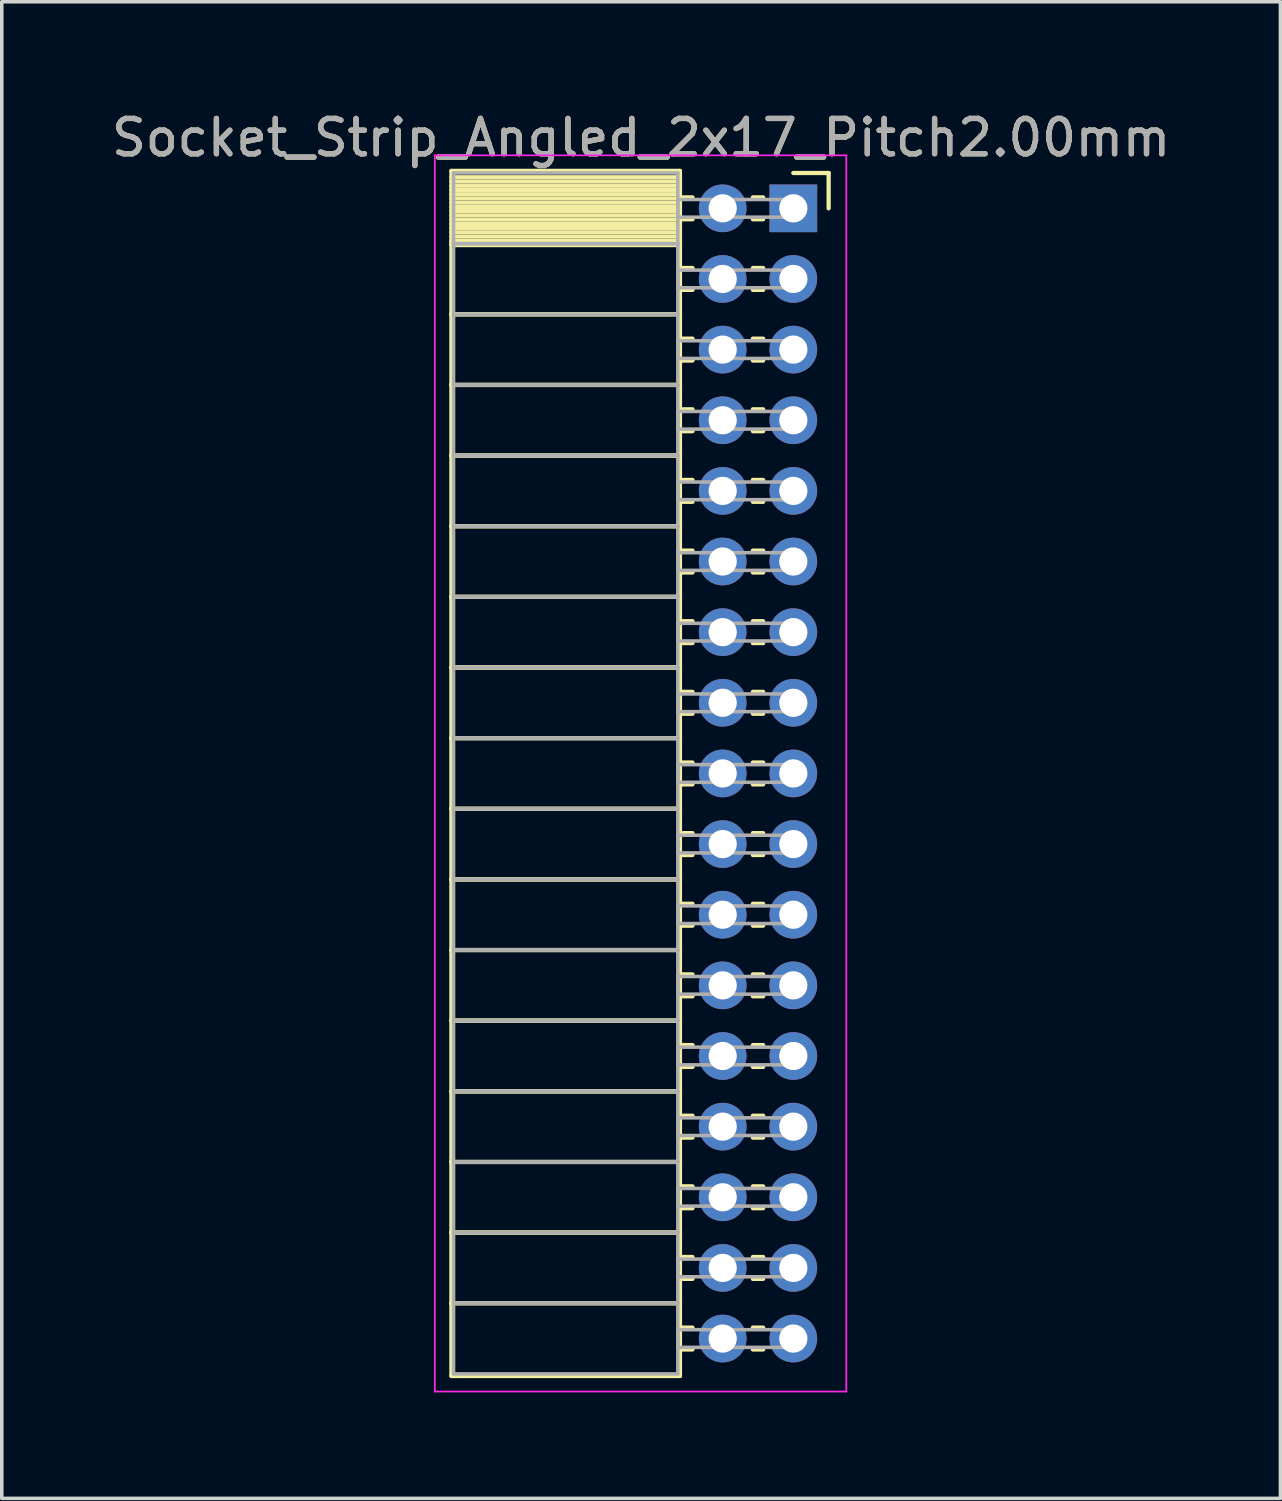
<source format=kicad_pcb>
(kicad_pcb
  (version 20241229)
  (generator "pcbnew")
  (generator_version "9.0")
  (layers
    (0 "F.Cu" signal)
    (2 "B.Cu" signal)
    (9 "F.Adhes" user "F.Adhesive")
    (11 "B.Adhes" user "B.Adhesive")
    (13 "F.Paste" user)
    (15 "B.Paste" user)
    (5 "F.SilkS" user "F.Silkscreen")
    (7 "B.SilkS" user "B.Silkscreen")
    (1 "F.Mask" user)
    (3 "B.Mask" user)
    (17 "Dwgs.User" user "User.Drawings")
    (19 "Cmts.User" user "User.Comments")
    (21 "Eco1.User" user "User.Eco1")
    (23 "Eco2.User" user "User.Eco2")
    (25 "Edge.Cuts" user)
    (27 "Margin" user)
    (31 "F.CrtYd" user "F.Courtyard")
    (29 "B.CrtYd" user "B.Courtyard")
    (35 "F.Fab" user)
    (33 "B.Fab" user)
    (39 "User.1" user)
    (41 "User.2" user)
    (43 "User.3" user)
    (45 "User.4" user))
  (footprint "Socket_Strip_Angled_2x17_Pitch2.00mm"
    (layer "F.Cu")
    (at 19.411 2.848)
    (property "Reference" "Socket_Strip_Angled_2x17_Pitch2.00mm" (at -4.31 -2 0) (layer "F.SilkS") (effects (font (size 1 1) (thickness 0.15))))
    (attr through_hole)
    (fp_line (start -9.68 -1.06) (end -3.21 -1.06) (stroke (width 0.12) (type solid)) (layer "F.SilkS"))
    (fp_line (start -9.68 1) (end -9.68 -1.06) (stroke (width 0.12) (type solid)) (layer "F.SilkS"))
    (fp_line (start -9.68 1) (end -3.21 1) (stroke (width 0.12) (type solid)) (layer "F.SilkS"))
    (fp_line (start -9.68 3) (end -9.68 1) (stroke (width 0.12) (type solid)) (layer "F.SilkS"))
    (fp_line (start -9.68 3) (end -3.21 3) (stroke (width 0.12) (type solid)) (layer "F.SilkS"))
    (fp_line (start -9.68 5) (end -9.68 3) (stroke (width 0.12) (type solid)) (layer "F.SilkS"))
    (fp_line (start -9.68 5) (end -3.21 5) (stroke (width 0.12) (type solid)) (layer "F.SilkS"))
    (fp_line (start -9.68 7) (end -9.68 5) (stroke (width 0.12) (type solid)) (layer "F.SilkS"))
    (fp_line (start -9.68 7) (end -3.21 7) (stroke (width 0.12) (type solid)) (layer "F.SilkS"))
    (fp_line (start -9.68 9) (end -9.68 7) (stroke (width 0.12) (type solid)) (layer "F.SilkS"))
    (fp_line (start -9.68 9) (end -3.21 9) (stroke (width 0.12) (type solid)) (layer "F.SilkS"))
    (fp_line (start -9.68 11) (end -9.68 9) (stroke (width 0.12) (type solid)) (layer "F.SilkS"))
    (fp_line (start -9.68 11) (end -3.21 11) (stroke (width 0.12) (type solid)) (layer "F.SilkS"))
    (fp_line (start -9.68 13) (end -9.68 11) (stroke (width 0.12) (type solid)) (layer "F.SilkS"))
    (fp_line (start -9.68 13) (end -3.21 13) (stroke (width 0.12) (type solid)) (layer "F.SilkS"))
    (fp_line (start -9.68 15) (end -9.68 13) (stroke (width 0.12) (type solid)) (layer "F.SilkS"))
    (fp_line (start -9.68 15) (end -3.21 15) (stroke (width 0.12) (type solid)) (layer "F.SilkS"))
    (fp_line (start -9.68 17) (end -9.68 15) (stroke (width 0.12) (type solid)) (layer "F.SilkS"))
    (fp_line (start -9.68 17) (end -3.21 17) (stroke (width 0.12) (type solid)) (layer "F.SilkS"))
    (fp_line (start -9.68 19) (end -9.68 17) (stroke (width 0.12) (type solid)) (layer "F.SilkS"))
    (fp_line (start -9.68 19) (end -3.21 19) (stroke (width 0.12) (type solid)) (layer "F.SilkS"))
    (fp_line (start -9.68 21) (end -9.68 19) (stroke (width 0.12) (type solid)) (layer "F.SilkS"))
    (fp_line (start -9.68 21) (end -3.21 21) (stroke (width 0.12) (type solid)) (layer "F.SilkS"))
    (fp_line (start -9.68 23) (end -9.68 21) (stroke (width 0.12) (type solid)) (layer "F.SilkS"))
    (fp_line (start -9.68 23) (end -3.21 23) (stroke (width 0.12) (type solid)) (layer "F.SilkS"))
    (fp_line (start -9.68 25) (end -9.68 23) (stroke (width 0.12) (type solid)) (layer "F.SilkS"))
    (fp_line (start -9.68 25) (end -3.21 25) (stroke (width 0.12) (type solid)) (layer "F.SilkS"))
    (fp_line (start -9.68 27) (end -9.68 25) (stroke (width 0.12) (type solid)) (layer "F.SilkS"))
    (fp_line (start -9.68 27) (end -3.21 27) (stroke (width 0.12) (type solid)) (layer "F.SilkS"))
    (fp_line (start -9.68 29) (end -9.68 27) (stroke (width 0.12) (type solid)) (layer "F.SilkS"))
    (fp_line (start -9.68 29) (end -3.21 29) (stroke (width 0.12) (type solid)) (layer "F.SilkS"))
    (fp_line (start -9.68 31) (end -9.68 29) (stroke (width 0.12) (type solid)) (layer "F.SilkS"))
    (fp_line (start -9.68 31) (end -3.21 31) (stroke (width 0.12) (type solid)) (layer "F.SilkS"))
    (fp_line (start -9.68 33.06) (end -9.68 31) (stroke (width 0.12) (type solid)) (layer "F.SilkS"))
    (fp_line (start -3.21 -1.06) (end -3.21 1) (stroke (width 0.12) (type solid)) (layer "F.SilkS"))
    (fp_line (start -3.21 -0.88) (end -9.68 -0.88) (stroke (width 0.12) (type solid)) (layer "F.SilkS"))
    (fp_line (start -3.21 -0.76) (end -9.68 -0.76) (stroke (width 0.12) (type solid)) (layer "F.SilkS"))
    (fp_line (start -3.21 -0.64) (end -9.68 -0.64) (stroke (width 0.12) (type solid)) (layer "F.SilkS"))
    (fp_line (start -3.21 -0.52) (end -9.68 -0.52) (stroke (width 0.12) (type solid)) (layer "F.SilkS"))
    (fp_line (start -3.21 -0.4) (end -9.68 -0.4) (stroke (width 0.12) (type solid)) (layer "F.SilkS"))
    (fp_line (start -3.21 -0.28) (end -9.68 -0.28) (stroke (width 0.12) (type solid)) (layer "F.SilkS"))
    (fp_line (start -3.21 -0.16) (end -9.68 -0.16) (stroke (width 0.12) (type solid)) (layer "F.SilkS"))
    (fp_line (start -3.21 -0.04) (end -9.68 -0.04) (stroke (width 0.12) (type solid)) (layer "F.SilkS"))
    (fp_line (start -3.21 0.08) (end -9.68 0.08) (stroke (width 0.12) (type solid)) (layer "F.SilkS"))
    (fp_line (start -3.21 0.2) (end -9.68 0.2) (stroke (width 0.12) (type solid)) (layer "F.SilkS"))
    (fp_line (start -3.21 0.32) (end -9.68 0.32) (stroke (width 0.12) (type solid)) (layer "F.SilkS"))
    (fp_line (start -3.21 0.44) (end -9.68 0.44) (stroke (width 0.12) (type solid)) (layer "F.SilkS"))
    (fp_line (start -3.21 0.56) (end -9.68 0.56) (stroke (width 0.12) (type solid)) (layer "F.SilkS"))
    (fp_line (start -3.21 0.68) (end -9.68 0.68) (stroke (width 0.12) (type solid)) (layer "F.SilkS"))
    (fp_line (start -3.21 0.8) (end -9.68 0.8) (stroke (width 0.12) (type solid)) (layer "F.SilkS"))
    (fp_line (start -3.21 0.92) (end -9.68 0.92) (stroke (width 0.12) (type solid)) (layer "F.SilkS"))
    (fp_line (start -3.21 1) (end -9.68 1) (stroke (width 0.12) (type solid)) (layer "F.SilkS"))
    (fp_line (start -3.21 1) (end -3.21 3) (stroke (width 0.12) (type solid)) (layer "F.SilkS"))
    (fp_line (start -3.21 1.04) (end -9.68 1.04) (stroke (width 0.12) (type solid)) (layer "F.SilkS"))
    (fp_line (start -3.21 3) (end -9.68 3) (stroke (width 0.12) (type solid)) (layer "F.SilkS"))
    (fp_line (start -3.21 3) (end -3.21 5) (stroke (width 0.12) (type solid)) (layer "F.SilkS"))
    (fp_line (start -3.21 5) (end -9.68 5) (stroke (width 0.12) (type solid)) (layer "F.SilkS"))
    (fp_line (start -3.21 5) (end -3.21 7) (stroke (width 0.12) (type solid)) (layer "F.SilkS"))
    (fp_line (start -3.21 7) (end -9.68 7) (stroke (width 0.12) (type solid)) (layer "F.SilkS"))
    (fp_line (start -3.21 7) (end -3.21 9) (stroke (width 0.12) (type solid)) (layer "F.SilkS"))
    (fp_line (start -3.21 9) (end -9.68 9) (stroke (width 0.12) (type solid)) (layer "F.SilkS"))
    (fp_line (start -3.21 9) (end -3.21 11) (stroke (width 0.12) (type solid)) (layer "F.SilkS"))
    (fp_line (start -3.21 11) (end -9.68 11) (stroke (width 0.12) (type solid)) (layer "F.SilkS"))
    (fp_line (start -3.21 11) (end -3.21 13) (stroke (width 0.12) (type solid)) (layer "F.SilkS"))
    (fp_line (start -3.21 13) (end -9.68 13) (stroke (width 0.12) (type solid)) (layer "F.SilkS"))
    (fp_line (start -3.21 13) (end -3.21 15) (stroke (width 0.12) (type solid)) (layer "F.SilkS"))
    (fp_line (start -3.21 15) (end -9.68 15) (stroke (width 0.12) (type solid)) (layer "F.SilkS"))
    (fp_line (start -3.21 15) (end -3.21 17) (stroke (width 0.12) (type solid)) (layer "F.SilkS"))
    (fp_line (start -3.21 17) (end -9.68 17) (stroke (width 0.12) (type solid)) (layer "F.SilkS"))
    (fp_line (start -3.21 17) (end -3.21 19) (stroke (width 0.12) (type solid)) (layer "F.SilkS"))
    (fp_line (start -3.21 19) (end -9.68 19) (stroke (width 0.12) (type solid)) (layer "F.SilkS"))
    (fp_line (start -3.21 19) (end -3.21 21) (stroke (width 0.12) (type solid)) (layer "F.SilkS"))
    (fp_line (start -3.21 21) (end -9.68 21) (stroke (width 0.12) (type solid)) (layer "F.SilkS"))
    (fp_line (start -3.21 21) (end -3.21 23) (stroke (width 0.12) (type solid)) (layer "F.SilkS"))
    (fp_line (start -3.21 23) (end -9.68 23) (stroke (width 0.12) (type solid)) (layer "F.SilkS"))
    (fp_line (start -3.21 23) (end -3.21 25) (stroke (width 0.12) (type solid)) (layer "F.SilkS"))
    (fp_line (start -3.21 25) (end -9.68 25) (stroke (width 0.12) (type solid)) (layer "F.SilkS"))
    (fp_line (start -3.21 25) (end -3.21 27) (stroke (width 0.12) (type solid)) (layer "F.SilkS"))
    (fp_line (start -3.21 27) (end -9.68 27) (stroke (width 0.12) (type solid)) (layer "F.SilkS"))
    (fp_line (start -3.21 27) (end -3.21 29) (stroke (width 0.12) (type solid)) (layer "F.SilkS"))
    (fp_line (start -3.21 29) (end -9.68 29) (stroke (width 0.12) (type solid)) (layer "F.SilkS"))
    (fp_line (start -3.21 29) (end -3.21 31) (stroke (width 0.12) (type solid)) (layer "F.SilkS"))
    (fp_line (start -3.21 31) (end -9.68 31) (stroke (width 0.12) (type solid)) (layer "F.SilkS"))
    (fp_line (start -3.21 31) (end -3.21 33.06) (stroke (width 0.12) (type solid)) (layer "F.SilkS"))
    (fp_line (start -3.21 33.06) (end -9.68 33.06) (stroke (width 0.12) (type solid)) (layer "F.SilkS"))
    (fp_line (start -2.855 -0.31) (end -3.21 -0.31) (stroke (width 0.12) (type solid)) (layer "F.SilkS"))
    (fp_line (start -2.855 0.31) (end -3.21 0.31) (stroke (width 0.12) (type solid)) (layer "F.SilkS"))
    (fp_line (start -2.855 1.69) (end -3.21 1.69) (stroke (width 0.12) (type solid)) (layer "F.SilkS"))
    (fp_line (start -2.855 2.31) (end -3.21 2.31) (stroke (width 0.12) (type solid)) (layer "F.SilkS"))
    (fp_line (start -2.855 3.69) (end -3.21 3.69) (stroke (width 0.12) (type solid)) (layer "F.SilkS"))
    (fp_line (start -2.855 4.31) (end -3.21 4.31) (stroke (width 0.12) (type solid)) (layer "F.SilkS"))
    (fp_line (start -2.855 5.69) (end -3.21 5.69) (stroke (width 0.12) (type solid)) (layer "F.SilkS"))
    (fp_line (start -2.855 6.31) (end -3.21 6.31) (stroke (width 0.12) (type solid)) (layer "F.SilkS"))
    (fp_line (start -2.855 7.69) (end -3.21 7.69) (stroke (width 0.12) (type solid)) (layer "F.SilkS"))
    (fp_line (start -2.855 8.31) (end -3.21 8.31) (stroke (width 0.12) (type solid)) (layer "F.SilkS"))
    (fp_line (start -2.855 9.69) (end -3.21 9.69) (stroke (width 0.12) (type solid)) (layer "F.SilkS"))
    (fp_line (start -2.855 10.31) (end -3.21 10.31) (stroke (width 0.12) (type solid)) (layer "F.SilkS"))
    (fp_line (start -2.855 11.69) (end -3.21 11.69) (stroke (width 0.12) (type solid)) (layer "F.SilkS"))
    (fp_line (start -2.855 12.31) (end -3.21 12.31) (stroke (width 0.12) (type solid)) (layer "F.SilkS"))
    (fp_line (start -2.855 13.69) (end -3.21 13.69) (stroke (width 0.12) (type solid)) (layer "F.SilkS"))
    (fp_line (start -2.855 14.31) (end -3.21 14.31) (stroke (width 0.12) (type solid)) (layer "F.SilkS"))
    (fp_line (start -2.855 15.69) (end -3.21 15.69) (stroke (width 0.12) (type solid)) (layer "F.SilkS"))
    (fp_line (start -2.855 16.31) (end -3.21 16.31) (stroke (width 0.12) (type solid)) (layer "F.SilkS"))
    (fp_line (start -2.855 17.69) (end -3.21 17.69) (stroke (width 0.12) (type solid)) (layer "F.SilkS"))
    (fp_line (start -2.855 18.31) (end -3.21 18.31) (stroke (width 0.12) (type solid)) (layer "F.SilkS"))
    (fp_line (start -2.855 19.69) (end -3.21 19.69) (stroke (width 0.12) (type solid)) (layer "F.SilkS"))
    (fp_line (start -2.855 20.31) (end -3.21 20.31) (stroke (width 0.12) (type solid)) (layer "F.SilkS"))
    (fp_line (start -2.855 21.69) (end -3.21 21.69) (stroke (width 0.12) (type solid)) (layer "F.SilkS"))
    (fp_line (start -2.855 22.31) (end -3.21 22.31) (stroke (width 0.12) (type solid)) (layer "F.SilkS"))
    (fp_line (start -2.855 23.69) (end -3.21 23.69) (stroke (width 0.12) (type solid)) (layer "F.SilkS"))
    (fp_line (start -2.855 24.31) (end -3.21 24.31) (stroke (width 0.12) (type solid)) (layer "F.SilkS"))
    (fp_line (start -2.855 25.69) (end -3.21 25.69) (stroke (width 0.12) (type solid)) (layer "F.SilkS"))
    (fp_line (start -2.855 26.31) (end -3.21 26.31) (stroke (width 0.12) (type solid)) (layer "F.SilkS"))
    (fp_line (start -2.855 27.69) (end -3.21 27.69) (stroke (width 0.12) (type solid)) (layer "F.SilkS"))
    (fp_line (start -2.855 28.31) (end -3.21 28.31) (stroke (width 0.12) (type solid)) (layer "F.SilkS"))
    (fp_line (start -2.855 29.69) (end -3.21 29.69) (stroke (width 0.12) (type solid)) (layer "F.SilkS"))
    (fp_line (start -2.855 30.31) (end -3.21 30.31) (stroke (width 0.12) (type solid)) (layer "F.SilkS"))
    (fp_line (start -2.855 31.69) (end -3.21 31.69) (stroke (width 0.12) (type solid)) (layer "F.SilkS"))
    (fp_line (start -2.855 32.31) (end -3.21 32.31) (stroke (width 0.12) (type solid)) (layer "F.SilkS"))
    (fp_line (start -0.855 -0.31) (end -1.145 -0.31) (stroke (width 0.12) (type solid)) (layer "F.SilkS"))
    (fp_line (start -0.855 0.31) (end -1.145 0.31) (stroke (width 0.12) (type solid)) (layer "F.SilkS"))
    (fp_line (start -0.855 1.69) (end -1.145 1.69) (stroke (width 0.12) (type solid)) (layer "F.SilkS"))
    (fp_line (start -0.855 2.31) (end -1.145 2.31) (stroke (width 0.12) (type solid)) (layer "F.SilkS"))
    (fp_line (start -0.855 3.69) (end -1.145 3.69) (stroke (width 0.12) (type solid)) (layer "F.SilkS"))
    (fp_line (start -0.855 4.31) (end -1.145 4.31) (stroke (width 0.12) (type solid)) (layer "F.SilkS"))
    (fp_line (start -0.855 5.69) (end -1.145 5.69) (stroke (width 0.12) (type solid)) (layer "F.SilkS"))
    (fp_line (start -0.855 6.31) (end -1.145 6.31) (stroke (width 0.12) (type solid)) (layer "F.SilkS"))
    (fp_line (start -0.855 7.69) (end -1.145 7.69) (stroke (width 0.12) (type solid)) (layer "F.SilkS"))
    (fp_line (start -0.855 8.31) (end -1.145 8.31) (stroke (width 0.12) (type solid)) (layer "F.SilkS"))
    (fp_line (start -0.855 9.69) (end -1.145 9.69) (stroke (width 0.12) (type solid)) (layer "F.SilkS"))
    (fp_line (start -0.855 10.31) (end -1.145 10.31) (stroke (width 0.12) (type solid)) (layer "F.SilkS"))
    (fp_line (start -0.855 11.69) (end -1.145 11.69) (stroke (width 0.12) (type solid)) (layer "F.SilkS"))
    (fp_line (start -0.855 12.31) (end -1.145 12.31) (stroke (width 0.12) (type solid)) (layer "F.SilkS"))
    (fp_line (start -0.855 13.69) (end -1.145 13.69) (stroke (width 0.12) (type solid)) (layer "F.SilkS"))
    (fp_line (start -0.855 14.31) (end -1.145 14.31) (stroke (width 0.12) (type solid)) (layer "F.SilkS"))
    (fp_line (start -0.855 15.69) (end -1.145 15.69) (stroke (width 0.12) (type solid)) (layer "F.SilkS"))
    (fp_line (start -0.855 16.31) (end -1.145 16.31) (stroke (width 0.12) (type solid)) (layer "F.SilkS"))
    (fp_line (start -0.855 17.69) (end -1.145 17.69) (stroke (width 0.12) (type solid)) (layer "F.SilkS"))
    (fp_line (start -0.855 18.31) (end -1.145 18.31) (stroke (width 0.12) (type solid)) (layer "F.SilkS"))
    (fp_line (start -0.855 19.69) (end -1.145 19.69) (stroke (width 0.12) (type solid)) (layer "F.SilkS"))
    (fp_line (start -0.855 20.31) (end -1.145 20.31) (stroke (width 0.12) (type solid)) (layer "F.SilkS"))
    (fp_line (start -0.855 21.69) (end -1.145 21.69) (stroke (width 0.12) (type solid)) (layer "F.SilkS"))
    (fp_line (start -0.855 22.31) (end -1.145 22.31) (stroke (width 0.12) (type solid)) (layer "F.SilkS"))
    (fp_line (start -0.855 23.69) (end -1.145 23.69) (stroke (width 0.12) (type solid)) (layer "F.SilkS"))
    (fp_line (start -0.855 24.31) (end -1.145 24.31) (stroke (width 0.12) (type solid)) (layer "F.SilkS"))
    (fp_line (start -0.855 25.69) (end -1.145 25.69) (stroke (width 0.12) (type solid)) (layer "F.SilkS"))
    (fp_line (start -0.855 26.31) (end -1.145 26.31) (stroke (width 0.12) (type solid)) (layer "F.SilkS"))
    (fp_line (start -0.855 27.69) (end -1.145 27.69) (stroke (width 0.12) (type solid)) (layer "F.SilkS"))
    (fp_line (start -0.855 28.31) (end -1.145 28.31) (stroke (width 0.12) (type solid)) (layer "F.SilkS"))
    (fp_line (start -0.855 29.69) (end -1.145 29.69) (stroke (width 0.12) (type solid)) (layer "F.SilkS"))
    (fp_line (start -0.855 30.31) (end -1.145 30.31) (stroke (width 0.12) (type solid)) (layer "F.SilkS"))
    (fp_line (start -0.855 31.69) (end -1.145 31.69) (stroke (width 0.12) (type solid)) (layer "F.SilkS"))
    (fp_line (start -0.855 32.31) (end -1.145 32.31) (stroke (width 0.12) (type solid)) (layer "F.SilkS"))
    (fp_line (start 0 -1) (end 1 -1) (stroke (width 0.12) (type solid)) (layer "F.SilkS"))
    (fp_line (start 1 -1) (end 1 0) (stroke (width 0.12) (type solid)) (layer "F.SilkS"))
    (fp_line (start -10.15 -1.5) (end 1.5 -1.5) (stroke (width 0.05) (type solid)) (layer "F.CrtYd"))
    (fp_line (start -10.15 33.5) (end -10.15 -1.5) (stroke (width 0.05) (type solid)) (layer "F.CrtYd"))
    (fp_line (start 1.5 -1.5) (end 1.5 33.5) (stroke (width 0.05) (type solid)) (layer "F.CrtYd"))
    (fp_line (start 1.5 33.5) (end -10.15 33.5) (stroke (width 0.05) (type solid)) (layer "F.CrtYd"))
    (fp_line (start -9.62 -1) (end -3.27 -1) (stroke (width 0.1) (type solid)) (layer "F.Fab"))
    (fp_line (start -9.62 1) (end -9.62 -1) (stroke (width 0.1) (type solid)) (layer "F.Fab"))
    (fp_line (start -9.62 1) (end -3.27 1) (stroke (width 0.1) (type solid)) (layer "F.Fab"))
    (fp_line (start -9.62 3) (end -9.62 1) (stroke (width 0.1) (type solid)) (layer "F.Fab"))
    (fp_line (start -9.62 3) (end -3.27 3) (stroke (width 0.1) (type solid)) (layer "F.Fab"))
    (fp_line (start -9.62 5) (end -9.62 3) (stroke (width 0.1) (type solid)) (layer "F.Fab"))
    (fp_line (start -9.62 5) (end -3.27 5) (stroke (width 0.1) (type solid)) (layer "F.Fab"))
    (fp_line (start -9.62 7) (end -9.62 5) (stroke (width 0.1) (type solid)) (layer "F.Fab"))
    (fp_line (start -9.62 7) (end -3.27 7) (stroke (width 0.1) (type solid)) (layer "F.Fab"))
    (fp_line (start -9.62 9) (end -9.62 7) (stroke (width 0.1) (type solid)) (layer "F.Fab"))
    (fp_line (start -9.62 9) (end -3.27 9) (stroke (width 0.1) (type solid)) (layer "F.Fab"))
    (fp_line (start -9.62 11) (end -9.62 9) (stroke (width 0.1) (type solid)) (layer "F.Fab"))
    (fp_line (start -9.62 11) (end -3.27 11) (stroke (width 0.1) (type solid)) (layer "F.Fab"))
    (fp_line (start -9.62 13) (end -9.62 11) (stroke (width 0.1) (type solid)) (layer "F.Fab"))
    (fp_line (start -9.62 13) (end -3.27 13) (stroke (width 0.1) (type solid)) (layer "F.Fab"))
    (fp_line (start -9.62 15) (end -9.62 13) (stroke (width 0.1) (type solid)) (layer "F.Fab"))
    (fp_line (start -9.62 15) (end -3.27 15) (stroke (width 0.1) (type solid)) (layer "F.Fab"))
    (fp_line (start -9.62 17) (end -9.62 15) (stroke (width 0.1) (type solid)) (layer "F.Fab"))
    (fp_line (start -9.62 17) (end -3.27 17) (stroke (width 0.1) (type solid)) (layer "F.Fab"))
    (fp_line (start -9.62 19) (end -9.62 17) (stroke (width 0.1) (type solid)) (layer "F.Fab"))
    (fp_line (start -9.62 19) (end -3.27 19) (stroke (width 0.1) (type solid)) (layer "F.Fab"))
    (fp_line (start -9.62 21) (end -9.62 19) (stroke (width 0.1) (type solid)) (layer "F.Fab"))
    (fp_line (start -9.62 21) (end -3.27 21) (stroke (width 0.1) (type solid)) (layer "F.Fab"))
    (fp_line (start -9.62 23) (end -9.62 21) (stroke (width 0.1) (type solid)) (layer "F.Fab"))
    (fp_line (start -9.62 23) (end -3.27 23) (stroke (width 0.1) (type solid)) (layer "F.Fab"))
    (fp_line (start -9.62 25) (end -9.62 23) (stroke (width 0.1) (type solid)) (layer "F.Fab"))
    (fp_line (start -9.62 25) (end -3.27 25) (stroke (width 0.1) (type solid)) (layer "F.Fab"))
    (fp_line (start -9.62 27) (end -9.62 25) (stroke (width 0.1) (type solid)) (layer "F.Fab"))
    (fp_line (start -9.62 27) (end -3.27 27) (stroke (width 0.1) (type solid)) (layer "F.Fab"))
    (fp_line (start -9.62 29) (end -9.62 27) (stroke (width 0.1) (type solid)) (layer "F.Fab"))
    (fp_line (start -9.62 29) (end -3.27 29) (stroke (width 0.1) (type solid)) (layer "F.Fab"))
    (fp_line (start -9.62 31) (end -9.62 29) (stroke (width 0.1) (type solid)) (layer "F.Fab"))
    (fp_line (start -9.62 31) (end -3.27 31) (stroke (width 0.1) (type solid)) (layer "F.Fab"))
    (fp_line (start -9.62 33) (end -9.62 31) (stroke (width 0.1) (type solid)) (layer "F.Fab"))
    (fp_line (start -3.27 -1) (end -3.27 1) (stroke (width 0.1) (type solid)) (layer "F.Fab"))
    (fp_line (start -3.27 -0.25) (end 0 -0.25) (stroke (width 0.1) (type solid)) (layer "F.Fab"))
    (fp_line (start -3.27 0.25) (end -3.27 -0.25) (stroke (width 0.1) (type solid)) (layer "F.Fab"))
    (fp_line (start -3.27 1) (end -9.62 1) (stroke (width 0.1) (type solid)) (layer "F.Fab"))
    (fp_line (start -3.27 1) (end -3.27 3) (stroke (width 0.1) (type solid)) (layer "F.Fab"))
    (fp_line (start -3.27 1.75) (end 0 1.75) (stroke (width 0.1) (type solid)) (layer "F.Fab"))
    (fp_line (start -3.27 2.25) (end -3.27 1.75) (stroke (width 0.1) (type solid)) (layer "F.Fab"))
    (fp_line (start -3.27 3) (end -9.62 3) (stroke (width 0.1) (type solid)) (layer "F.Fab"))
    (fp_line (start -3.27 3) (end -3.27 5) (stroke (width 0.1) (type solid)) (layer "F.Fab"))
    (fp_line (start -3.27 3.75) (end 0 3.75) (stroke (width 0.1) (type solid)) (layer "F.Fab"))
    (fp_line (start -3.27 4.25) (end -3.27 3.75) (stroke (width 0.1) (type solid)) (layer "F.Fab"))
    (fp_line (start -3.27 5) (end -9.62 5) (stroke (width 0.1) (type solid)) (layer "F.Fab"))
    (fp_line (start -3.27 5) (end -3.27 7) (stroke (width 0.1) (type solid)) (layer "F.Fab"))
    (fp_line (start -3.27 5.75) (end 0 5.75) (stroke (width 0.1) (type solid)) (layer "F.Fab"))
    (fp_line (start -3.27 6.25) (end -3.27 5.75) (stroke (width 0.1) (type solid)) (layer "F.Fab"))
    (fp_line (start -3.27 7) (end -9.62 7) (stroke (width 0.1) (type solid)) (layer "F.Fab"))
    (fp_line (start -3.27 7) (end -3.27 9) (stroke (width 0.1) (type solid)) (layer "F.Fab"))
    (fp_line (start -3.27 7.75) (end 0 7.75) (stroke (width 0.1) (type solid)) (layer "F.Fab"))
    (fp_line (start -3.27 8.25) (end -3.27 7.75) (stroke (width 0.1) (type solid)) (layer "F.Fab"))
    (fp_line (start -3.27 9) (end -9.62 9) (stroke (width 0.1) (type solid)) (layer "F.Fab"))
    (fp_line (start -3.27 9) (end -3.27 11) (stroke (width 0.1) (type solid)) (layer "F.Fab"))
    (fp_line (start -3.27 9.75) (end 0 9.75) (stroke (width 0.1) (type solid)) (layer "F.Fab"))
    (fp_line (start -3.27 10.25) (end -3.27 9.75) (stroke (width 0.1) (type solid)) (layer "F.Fab"))
    (fp_line (start -3.27 11) (end -9.62 11) (stroke (width 0.1) (type solid)) (layer "F.Fab"))
    (fp_line (start -3.27 11) (end -3.27 13) (stroke (width 0.1) (type solid)) (layer "F.Fab"))
    (fp_line (start -3.27 11.75) (end 0 11.75) (stroke (width 0.1) (type solid)) (layer "F.Fab"))
    (fp_line (start -3.27 12.25) (end -3.27 11.75) (stroke (width 0.1) (type solid)) (layer "F.Fab"))
    (fp_line (start -3.27 13) (end -9.62 13) (stroke (width 0.1) (type solid)) (layer "F.Fab"))
    (fp_line (start -3.27 13) (end -3.27 15) (stroke (width 0.1) (type solid)) (layer "F.Fab"))
    (fp_line (start -3.27 13.75) (end 0 13.75) (stroke (width 0.1) (type solid)) (layer "F.Fab"))
    (fp_line (start -3.27 14.25) (end -3.27 13.75) (stroke (width 0.1) (type solid)) (layer "F.Fab"))
    (fp_line (start -3.27 15) (end -9.62 15) (stroke (width 0.1) (type solid)) (layer "F.Fab"))
    (fp_line (start -3.27 15) (end -3.27 17) (stroke (width 0.1) (type solid)) (layer "F.Fab"))
    (fp_line (start -3.27 15.75) (end 0 15.75) (stroke (width 0.1) (type solid)) (layer "F.Fab"))
    (fp_line (start -3.27 16.25) (end -3.27 15.75) (stroke (width 0.1) (type solid)) (layer "F.Fab"))
    (fp_line (start -3.27 17) (end -9.62 17) (stroke (width 0.1) (type solid)) (layer "F.Fab"))
    (fp_line (start -3.27 17) (end -3.27 19) (stroke (width 0.1) (type solid)) (layer "F.Fab"))
    (fp_line (start -3.27 17.75) (end 0 17.75) (stroke (width 0.1) (type solid)) (layer "F.Fab"))
    (fp_line (start -3.27 18.25) (end -3.27 17.75) (stroke (width 0.1) (type solid)) (layer "F.Fab"))
    (fp_line (start -3.27 19) (end -9.62 19) (stroke (width 0.1) (type solid)) (layer "F.Fab"))
    (fp_line (start -3.27 19) (end -3.27 21) (stroke (width 0.1) (type solid)) (layer "F.Fab"))
    (fp_line (start -3.27 19.75) (end 0 19.75) (stroke (width 0.1) (type solid)) (layer "F.Fab"))
    (fp_line (start -3.27 20.25) (end -3.27 19.75) (stroke (width 0.1) (type solid)) (layer "F.Fab"))
    (fp_line (start -3.27 21) (end -9.62 21) (stroke (width 0.1) (type solid)) (layer "F.Fab"))
    (fp_line (start -3.27 21) (end -3.27 23) (stroke (width 0.1) (type solid)) (layer "F.Fab"))
    (fp_line (start -3.27 21.75) (end 0 21.75) (stroke (width 0.1) (type solid)) (layer "F.Fab"))
    (fp_line (start -3.27 22.25) (end -3.27 21.75) (stroke (width 0.1) (type solid)) (layer "F.Fab"))
    (fp_line (start -3.27 23) (end -9.62 23) (stroke (width 0.1) (type solid)) (layer "F.Fab"))
    (fp_line (start -3.27 23) (end -3.27 25) (stroke (width 0.1) (type solid)) (layer "F.Fab"))
    (fp_line (start -3.27 23.75) (end 0 23.75) (stroke (width 0.1) (type solid)) (layer "F.Fab"))
    (fp_line (start -3.27 24.25) (end -3.27 23.75) (stroke (width 0.1) (type solid)) (layer "F.Fab"))
    (fp_line (start -3.27 25) (end -9.62 25) (stroke (width 0.1) (type solid)) (layer "F.Fab"))
    (fp_line (start -3.27 25) (end -3.27 27) (stroke (width 0.1) (type solid)) (layer "F.Fab"))
    (fp_line (start -3.27 25.75) (end 0 25.75) (stroke (width 0.1) (type solid)) (layer "F.Fab"))
    (fp_line (start -3.27 26.25) (end -3.27 25.75) (stroke (width 0.1) (type solid)) (layer "F.Fab"))
    (fp_line (start -3.27 27) (end -9.62 27) (stroke (width 0.1) (type solid)) (layer "F.Fab"))
    (fp_line (start -3.27 27) (end -3.27 29) (stroke (width 0.1) (type solid)) (layer "F.Fab"))
    (fp_line (start -3.27 27.75) (end 0 27.75) (stroke (width 0.1) (type solid)) (layer "F.Fab"))
    (fp_line (start -3.27 28.25) (end -3.27 27.75) (stroke (width 0.1) (type solid)) (layer "F.Fab"))
    (fp_line (start -3.27 29) (end -9.62 29) (stroke (width 0.1) (type solid)) (layer "F.Fab"))
    (fp_line (start -3.27 29) (end -3.27 31) (stroke (width 0.1) (type solid)) (layer "F.Fab"))
    (fp_line (start -3.27 29.75) (end 0 29.75) (stroke (width 0.1) (type solid)) (layer "F.Fab"))
    (fp_line (start -3.27 30.25) (end -3.27 29.75) (stroke (width 0.1) (type solid)) (layer "F.Fab"))
    (fp_line (start -3.27 31) (end -9.62 31) (stroke (width 0.1) (type solid)) (layer "F.Fab"))
    (fp_line (start -3.27 31) (end -3.27 33) (stroke (width 0.1) (type solid)) (layer "F.Fab"))
    (fp_line (start -3.27 31.75) (end 0 31.75) (stroke (width 0.1) (type solid)) (layer "F.Fab"))
    (fp_line (start -3.27 32.25) (end -3.27 31.75) (stroke (width 0.1) (type solid)) (layer "F.Fab"))
    (fp_line (start -3.27 33) (end -9.62 33) (stroke (width 0.1) (type solid)) (layer "F.Fab"))
    (fp_line (start 0 -0.25) (end 0 0.25) (stroke (width 0.1) (type solid)) (layer "F.Fab"))
    (fp_line (start 0 0.25) (end -3.27 0.25) (stroke (width 0.1) (type solid)) (layer "F.Fab"))
    (fp_line (start 0 1.75) (end 0 2.25) (stroke (width 0.1) (type solid)) (layer "F.Fab"))
    (fp_line (start 0 2.25) (end -3.27 2.25) (stroke (width 0.1) (type solid)) (layer "F.Fab"))
    (fp_line (start 0 3.75) (end 0 4.25) (stroke (width 0.1) (type solid)) (layer "F.Fab"))
    (fp_line (start 0 4.25) (end -3.27 4.25) (stroke (width 0.1) (type solid)) (layer "F.Fab"))
    (fp_line (start 0 5.75) (end 0 6.25) (stroke (width 0.1) (type solid)) (layer "F.Fab"))
    (fp_line (start 0 6.25) (end -3.27 6.25) (stroke (width 0.1) (type solid)) (layer "F.Fab"))
    (fp_line (start 0 7.75) (end 0 8.25) (stroke (width 0.1) (type solid)) (layer "F.Fab"))
    (fp_line (start 0 8.25) (end -3.27 8.25) (stroke (width 0.1) (type solid)) (layer "F.Fab"))
    (fp_line (start 0 9.75) (end 0 10.25) (stroke (width 0.1) (type solid)) (layer "F.Fab"))
    (fp_line (start 0 10.25) (end -3.27 10.25) (stroke (width 0.1) (type solid)) (layer "F.Fab"))
    (fp_line (start 0 11.75) (end 0 12.25) (stroke (width 0.1) (type solid)) (layer "F.Fab"))
    (fp_line (start 0 12.25) (end -3.27 12.25) (stroke (width 0.1) (type solid)) (layer "F.Fab"))
    (fp_line (start 0 13.75) (end 0 14.25) (stroke (width 0.1) (type solid)) (layer "F.Fab"))
    (fp_line (start 0 14.25) (end -3.27 14.25) (stroke (width 0.1) (type solid)) (layer "F.Fab"))
    (fp_line (start 0 15.75) (end 0 16.25) (stroke (width 0.1) (type solid)) (layer "F.Fab"))
    (fp_line (start 0 16.25) (end -3.27 16.25) (stroke (width 0.1) (type solid)) (layer "F.Fab"))
    (fp_line (start 0 17.75) (end 0 18.25) (stroke (width 0.1) (type solid)) (layer "F.Fab"))
    (fp_line (start 0 18.25) (end -3.27 18.25) (stroke (width 0.1) (type solid)) (layer "F.Fab"))
    (fp_line (start 0 19.75) (end 0 20.25) (stroke (width 0.1) (type solid)) (layer "F.Fab"))
    (fp_line (start 0 20.25) (end -3.27 20.25) (stroke (width 0.1) (type solid)) (layer "F.Fab"))
    (fp_line (start 0 21.75) (end 0 22.25) (stroke (width 0.1) (type solid)) (layer "F.Fab"))
    (fp_line (start 0 22.25) (end -3.27 22.25) (stroke (width 0.1) (type solid)) (layer "F.Fab"))
    (fp_line (start 0 23.75) (end 0 24.25) (stroke (width 0.1) (type solid)) (layer "F.Fab"))
    (fp_line (start 0 24.25) (end -3.27 24.25) (stroke (width 0.1) (type solid)) (layer "F.Fab"))
    (fp_line (start 0 25.75) (end 0 26.25) (stroke (width 0.1) (type solid)) (layer "F.Fab"))
    (fp_line (start 0 26.25) (end -3.27 26.25) (stroke (width 0.1) (type solid)) (layer "F.Fab"))
    (fp_line (start 0 27.75) (end 0 28.25) (stroke (width 0.1) (type solid)) (layer "F.Fab"))
    (fp_line (start 0 28.25) (end -3.27 28.25) (stroke (width 0.1) (type solid)) (layer "F.Fab"))
    (fp_line (start 0 29.75) (end 0 30.25) (stroke (width 0.1) (type solid)) (layer "F.Fab"))
    (fp_line (start 0 30.25) (end -3.27 30.25) (stroke (width 0.1) (type solid)) (layer "F.Fab"))
    (fp_line (start 0 31.75) (end 0 32.25) (stroke (width 0.1) (type solid)) (layer "F.Fab"))
    (fp_line (start 0 32.25) (end -3.27 32.25) (stroke (width 0.1) (type solid)) (layer "F.Fab"))
    (fp_text user "${REFERENCE}" (at -4.31 -2 0) (layer "F.Fab") (effects (font (size 1 1) (thickness 0.15))))
    (pad "1" thru_hole rect (at 0 0) (size 1.35 1.35) (drill 0.8) (layers "*.Cu" "*.Mask"))
    (pad "2" thru_hole oval (at -2 0) (size 1.35 1.35) (drill 0.8) (layers "*.Cu" "*.Mask"))
    (pad "3" thru_hole oval (at 0 2) (size 1.35 1.35) (drill 0.8) (layers "*.Cu" "*.Mask"))
    (pad "4" thru_hole oval (at -2 2) (size 1.35 1.35) (drill 0.8) (layers "*.Cu" "*.Mask"))
    (pad "5" thru_hole oval (at 0 4) (size 1.35 1.35) (drill 0.8) (layers "*.Cu" "*.Mask"))
    (pad "6" thru_hole oval (at -2 4) (size 1.35 1.35) (drill 0.8) (layers "*.Cu" "*.Mask"))
    (pad "7" thru_hole oval (at 0 6) (size 1.35 1.35) (drill 0.8) (layers "*.Cu" "*.Mask"))
    (pad "8" thru_hole oval (at -2 6) (size 1.35 1.35) (drill 0.8) (layers "*.Cu" "*.Mask"))
    (pad "9" thru_hole oval (at 0 8) (size 1.35 1.35) (drill 0.8) (layers "*.Cu" "*.Mask"))
    (pad "10" thru_hole oval (at -2 8) (size 1.35 1.35) (drill 0.8) (layers "*.Cu" "*.Mask"))
    (pad "11" thru_hole oval (at 0 10) (size 1.35 1.35) (drill 0.8) (layers "*.Cu" "*.Mask"))
    (pad "12" thru_hole oval (at -2 10) (size 1.35 1.35) (drill 0.8) (layers "*.Cu" "*.Mask"))
    (pad "13" thru_hole oval (at 0 12) (size 1.35 1.35) (drill 0.8) (layers "*.Cu" "*.Mask"))
    (pad "14" thru_hole oval (at -2 12) (size 1.35 1.35) (drill 0.8) (layers "*.Cu" "*.Mask"))
    (pad "15" thru_hole oval (at 0 14) (size 1.35 1.35) (drill 0.8) (layers "*.Cu" "*.Mask"))
    (pad "16" thru_hole oval (at -2 14) (size 1.35 1.35) (drill 0.8) (layers "*.Cu" "*.Mask"))
    (pad "17" thru_hole oval (at 0 16) (size 1.35 1.35) (drill 0.8) (layers "*.Cu" "*.Mask"))
    (pad "18" thru_hole oval (at -2 16) (size 1.35 1.35) (drill 0.8) (layers "*.Cu" "*.Mask"))
    (pad "19" thru_hole oval (at 0 18) (size 1.35 1.35) (drill 0.8) (layers "*.Cu" "*.Mask"))
    (pad "20" thru_hole oval (at -2 18) (size 1.35 1.35) (drill 0.8) (layers "*.Cu" "*.Mask"))
    (pad "21" thru_hole oval (at 0 20) (size 1.35 1.35) (drill 0.8) (layers "*.Cu" "*.Mask"))
    (pad "22" thru_hole oval (at -2 20) (size 1.35 1.35) (drill 0.8) (layers "*.Cu" "*.Mask"))
    (pad "23" thru_hole oval (at 0 22) (size 1.35 1.35) (drill 0.8) (layers "*.Cu" "*.Mask"))
    (pad "24" thru_hole oval (at -2 22) (size 1.35 1.35) (drill 0.8) (layers "*.Cu" "*.Mask"))
    (pad "25" thru_hole oval (at 0 24) (size 1.35 1.35) (drill 0.8) (layers "*.Cu" "*.Mask"))
    (pad "26" thru_hole oval (at -2 24) (size 1.35 1.35) (drill 0.8) (layers "*.Cu" "*.Mask"))
    (pad "27" thru_hole oval (at 0 26) (size 1.35 1.35) (drill 0.8) (layers "*.Cu" "*.Mask"))
    (pad "28" thru_hole oval (at -2 26) (size 1.35 1.35) (drill 0.8) (layers "*.Cu" "*.Mask"))
    (pad "29" thru_hole oval (at 0 28) (size 1.35 1.35) (drill 0.8) (layers "*.Cu" "*.Mask"))
    (pad "30" thru_hole oval (at -2 28) (size 1.35 1.35) (drill 0.8) (layers "*.Cu" "*.Mask"))
    (pad "31" thru_hole oval (at 0 30) (size 1.35 1.35) (drill 0.8) (layers "*.Cu" "*.Mask"))
    (pad "32" thru_hole oval (at -2 30) (size 1.35 1.35) (drill 0.8) (layers "*.Cu" "*.Mask"))
    (pad "33" thru_hole oval (at 0 32) (size 1.35 1.35) (drill 0.8) (layers "*.Cu" "*.Mask"))
    (pad "34" thru_hole oval (at -2 32) (size 1.35 1.35) (drill 0.8) (layers "*.Cu" "*.Mask")))
  (gr_rect
    (start -3 -3)
    (end 33.202 39.373)
    (stroke (width 0.1) (type default))
    (fill no)
    (layer "Edge.Cuts")))
</source>
